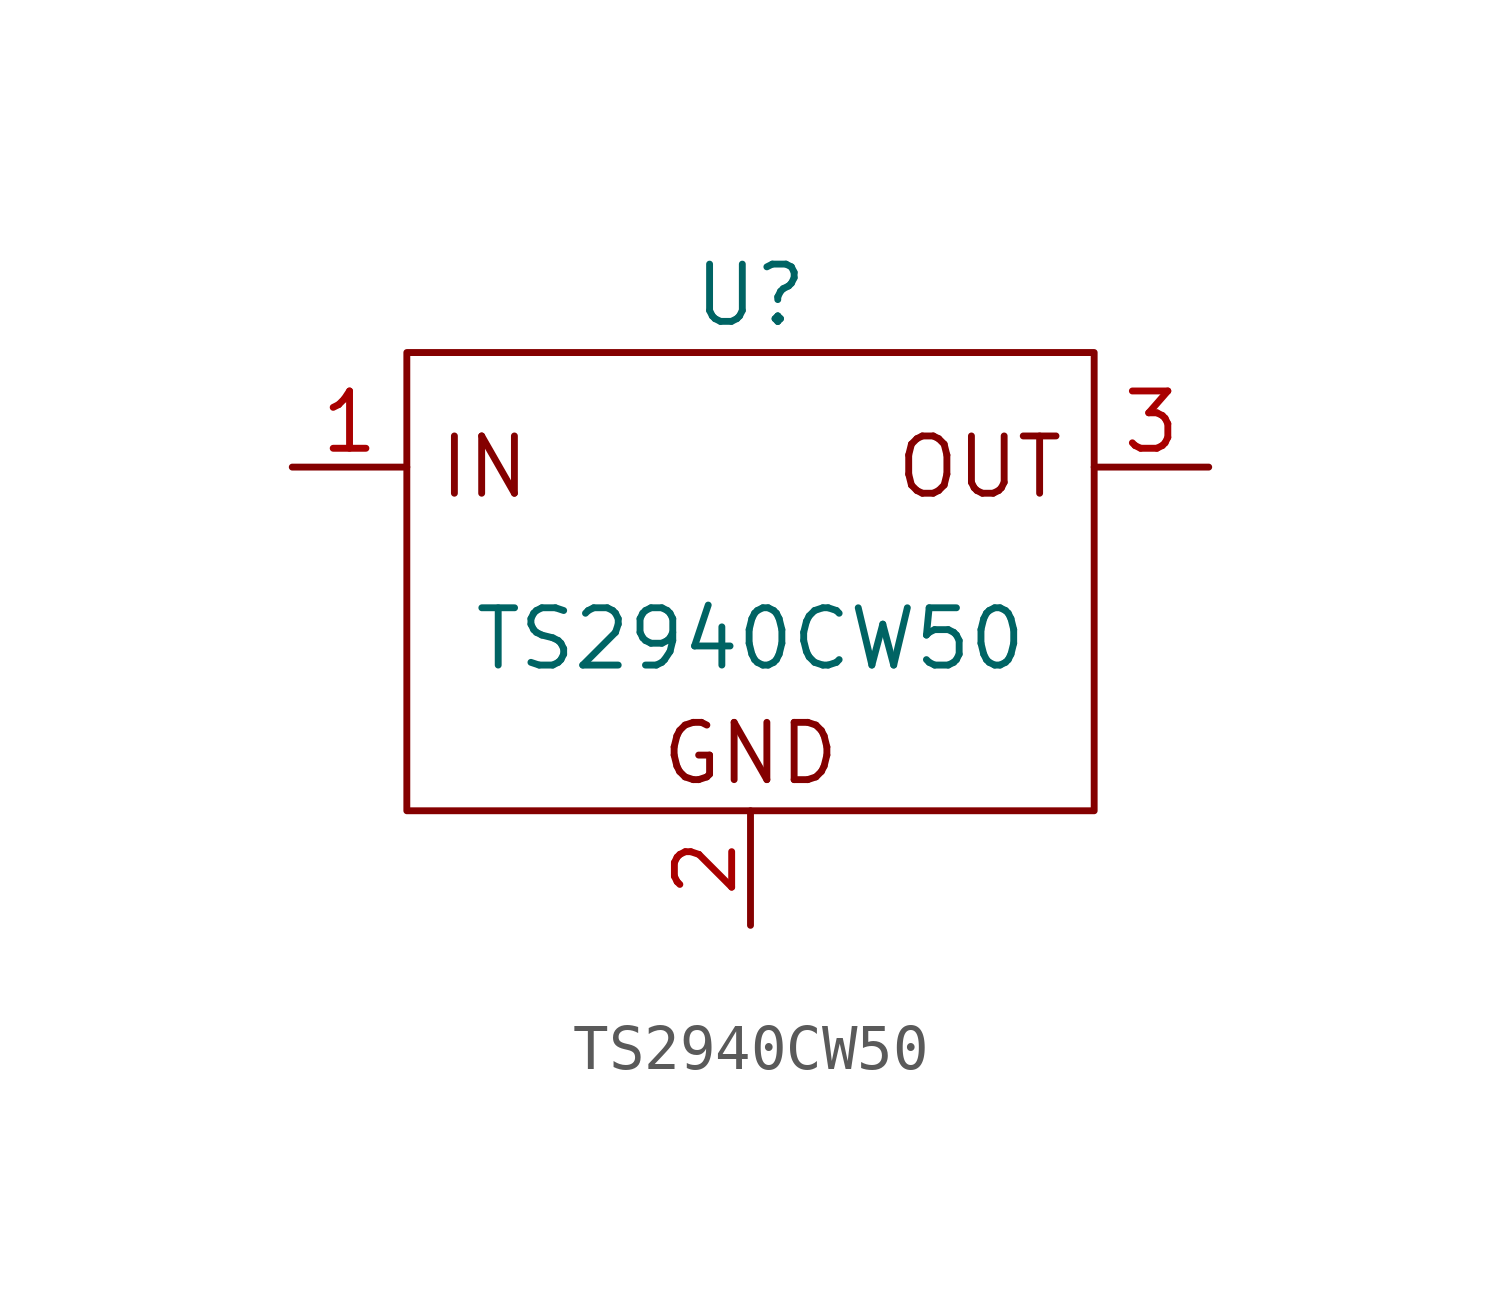
<source format=kicad_sym>
(kicad_symbol_lib
  (version 20211014)
  (generator kicad_symbol_editor)
  (symbol "TS2940CW50"
    (property "Reference" "U"
      (at 0 8.89 0)
      (effects (font (size 1.27 1.27))))
    (property "Value" "TS2940CW50"
      (at 0 1.27 0)
      (effects (font (size 1.27 1.27))))
    (symbol "TS2940CW50_0_0"
      (text "GND" (at 0 -1.27 0) (effects (font (size 1.27 1.27))))
      (text "IN" (at -5.9 5.08 0) (effects (font (size 1.27 1.27))))
      (text "OUT" (at 5.08 5.08 0) (effects (font (size 1.27 1.27)))))
    (symbol "TS2940CW50_0_1"
      (rectangle (start -7.62 7.62) (end 7.62 -2.54) (stroke (width 0) (type default) (color 0 0 0 0)) (fill (type none))))
    (symbol "TS2940CW50_1_1"
      (pin input line (at -10.16 5.08 0) (length 2.54) (name "" (effects (font (size 1.27 1.27)))) (number "1" (effects (font (size 1.27 1.27)))))
      (pin input line (at 0 -5.08 90) (length 2.54) (name "" (effects (font (size 1.27 1.27)))) (number "2" (effects (font (size 1.27 1.27)))))
      (pin output line (at 10.16 5.08 180) (length 2.54) (name "" (effects (font (size 1.27 1.27)))) (number "3" (effects (font (size 1.27 1.27))))))))
</source>
